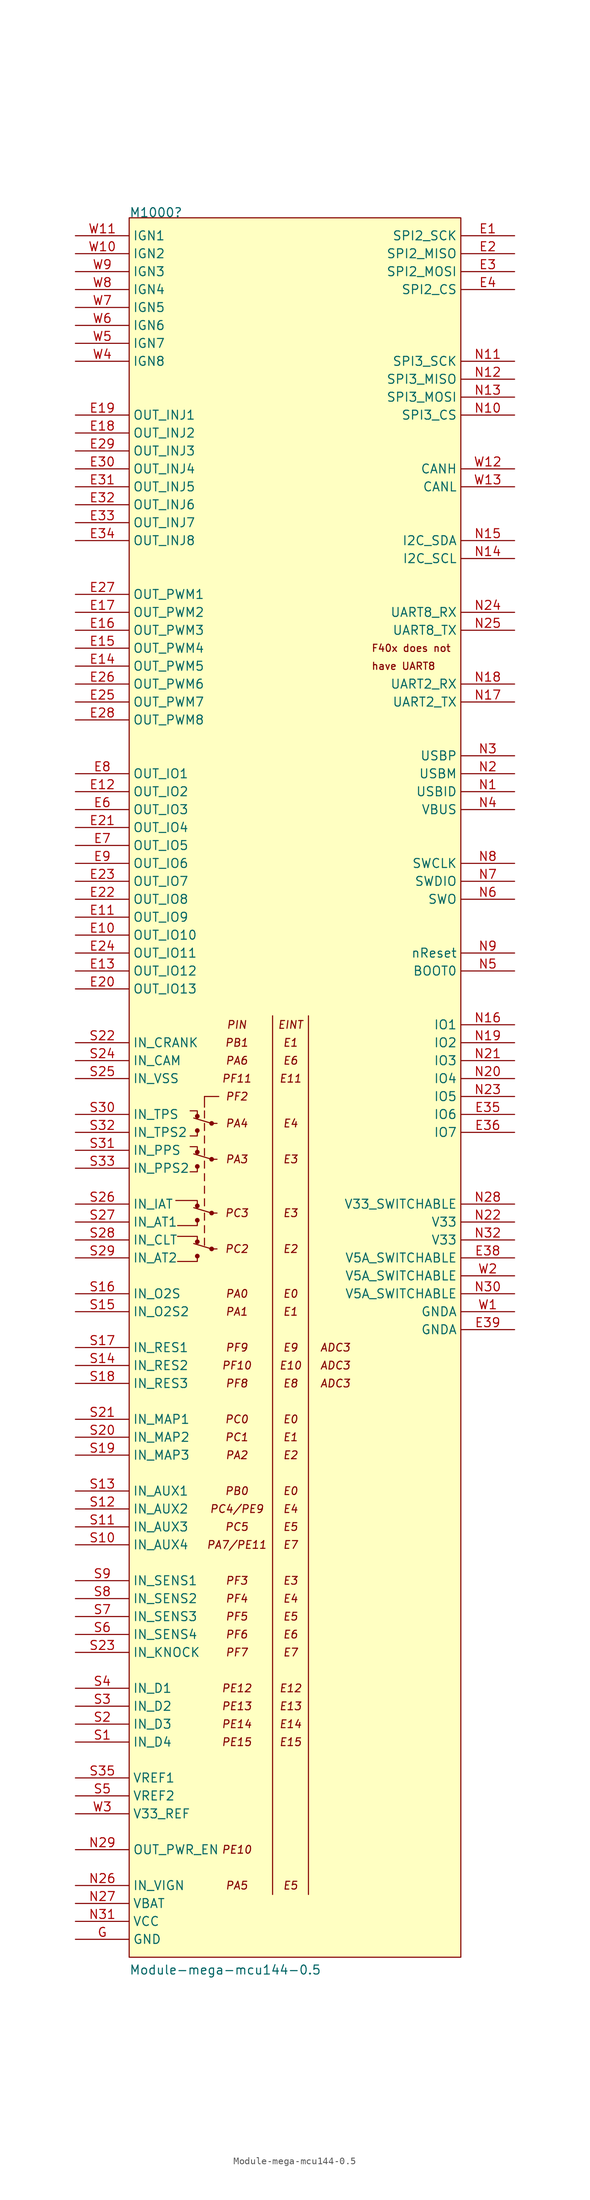
<source format=kicad_sym>
(kicad_symbol_lib
  (version 20211014)
  (generator kicad_symbol_editor)
  (symbol "Module-mega-mcu144-0.5"
    (property "Reference" "M1000"
      (at 7.62 2.54 0)
      (effects (font (size 1.27 1.27)) (justify left bottom)))
    (property "Value" "Module-mega-mcu144-0.5"
      (at 7.62 -246.38 0)
      (effects (font (size 1.27 1.27)) (justify left bottom)))
    (symbol "Module-mega-mcu144-0.5_0_1"
      (polyline (pts (xy 16.764 -142.748) (xy 19.304 -143.51)) (stroke (width 0) (type default) (color 0 0 0 0)) (fill (type none)))
      (polyline (pts (xy 16.764 -137.668) (xy 19.304 -138.43)) (stroke (width 0) (type default) (color 0 0 0 0)) (fill (type none)))
      (polyline (pts (xy 16.764 -130.048) (xy 19.304 -130.81)) (stroke (width 0) (type default) (color 0 0 0 0)) (fill (type none)))
      (polyline (pts (xy 16.764 -124.968) (xy 19.304 -125.73)) (stroke (width 0) (type default) (color 0 0 0 0)) (fill (type none)))
      (polyline (pts (xy 18.288 -143.002) (xy 18.288 -141.986)) (stroke (width 0) (type default) (color 0 0 0 0)) (fill (type none)))
      (polyline (pts (xy 18.288 -141.224) (xy 18.288 -140.208)) (stroke (width 0) (type default) (color 0 0 0 0)) (fill (type none)))
      (polyline (pts (xy 18.288 -139.446) (xy 18.288 -138.43)) (stroke (width 0) (type default) (color 0 0 0 0)) (fill (type none)))
      (polyline (pts (xy 18.288 -137.414) (xy 18.288 -136.398)) (stroke (width 0) (type default) (color 0 0 0 0)) (fill (type none)))
      (polyline (pts (xy 18.288 -135.636) (xy 18.288 -134.62)) (stroke (width 0) (type default) (color 0 0 0 0)) (fill (type none)))
      (polyline (pts (xy 18.288 -133.858) (xy 18.288 -132.842)) (stroke (width 0) (type default) (color 0 0 0 0)) (fill (type none)))
      (polyline (pts (xy 18.288 -132.08) (xy 18.288 -131.064)) (stroke (width 0) (type default) (color 0 0 0 0)) (fill (type none)))
      (polyline (pts (xy 18.288 -130.302) (xy 18.288 -129.286)) (stroke (width 0) (type default) (color 0 0 0 0)) (fill (type none)))
      (polyline (pts (xy 18.288 -128.524) (xy 18.288 -127.508)) (stroke (width 0) (type default) (color 0 0 0 0)) (fill (type none)))
      (polyline (pts (xy 18.288 -126.746) (xy 18.288 -125.73)) (stroke (width 0) (type default) (color 0 0 0 0)) (fill (type none)))
      (polyline (pts (xy 18.288 -124.968) (xy 18.288 -123.952)) (stroke (width 0) (type default) (color 0 0 0 0)) (fill (type none)))
      (polyline (pts (xy 18.288 -123.444) (xy 18.288 -121.92)) (stroke (width 0) (type default) (color 0 0 0 0)) (fill (type none)))
      (polyline (pts (xy 18.288 -121.92) (xy 20.32 -121.92)) (stroke (width 0) (type default) (color 0 0 0 0)) (fill (type none)))
      (polyline (pts (xy 19.304 -143.51) (xy 20.066 -143.51)) (stroke (width 0) (type default) (color 0 0 0 0)) (fill (type none)))
      (polyline (pts (xy 19.304 -138.43) (xy 20.066 -138.43)) (stroke (width 0) (type default) (color 0 0 0 0)) (fill (type none)))
      (polyline (pts (xy 19.304 -130.81) (xy 20.066 -130.81)) (stroke (width 0) (type default) (color 0 0 0 0)) (fill (type none)))
      (polyline (pts (xy 19.304 -125.73) (xy 20.066 -125.73)) (stroke (width 0) (type default) (color 0 0 0 0)) (fill (type none)))
      (polyline (pts (xy 17.272 -144.526) (xy 17.272 -145.288) (xy 14.478 -145.288)) (stroke (width 0) (type default) (color 0 0 0 0)) (fill (type none)))
      (polyline (pts (xy 17.272 -142.494) (xy 17.272 -141.732) (xy 14.478 -141.732)) (stroke (width 0) (type default) (color 0 0 0 0)) (fill (type none)))
      (polyline (pts (xy 17.272 -139.446) (xy 17.272 -140.208) (xy 14.478 -140.208)) (stroke (width 0) (type default) (color 0 0 0 0)) (fill (type none)))
      (polyline (pts (xy 17.272 -137.414) (xy 17.272 -136.652) (xy 14.224 -136.652)) (stroke (width 0) (type default) (color 0 0 0 0)) (fill (type none)))
      (polyline (pts (xy 17.272 -131.826) (xy 17.272 -132.588) (xy 16.256 -132.588)) (stroke (width 0) (type default) (color 0 0 0 0)) (fill (type none)))
      (polyline (pts (xy 17.272 -129.794) (xy 17.272 -129.032) (xy 16.256 -129.032)) (stroke (width 0) (type default) (color 0 0 0 0)) (fill (type none)))
      (polyline (pts (xy 17.272 -126.746) (xy 17.272 -127.508) (xy 16.256 -127.508)) (stroke (width 0) (type default) (color 0 0 0 0)) (fill (type none)))
      (polyline (pts (xy 17.272 -124.714) (xy 17.272 -123.952) (xy 16.256 -123.952)) (stroke (width 0) (type default) (color 0 0 0 0)) (fill (type none)))
      (circle (center 17.272 -144.526) (radius 0.254) (stroke (width 0) (type default) (color 0 0 0 0)) (fill (type outline)))
      (circle (center 17.272 -142.494) (radius 0.254) (stroke (width 0) (type default) (color 0 0 0 0)) (fill (type outline)))
      (circle (center 17.272 -139.446) (radius 0.254) (stroke (width 0) (type default) (color 0 0 0 0)) (fill (type outline)))
      (circle (center 17.272 -137.414) (radius 0.254) (stroke (width 0) (type default) (color 0 0 0 0)) (fill (type outline)))
      (circle (center 17.272 -131.826) (radius 0.254) (stroke (width 0) (type default) (color 0 0 0 0)) (fill (type outline)))
      (circle (center 17.272 -129.794) (radius 0.254) (stroke (width 0) (type default) (color 0 0 0 0)) (fill (type outline)))
      (circle (center 17.272 -126.746) (radius 0.254) (stroke (width 0) (type default) (color 0 0 0 0)) (fill (type outline)))
      (circle (center 17.272 -124.714) (radius 0.254) (stroke (width 0) (type default) (color 0 0 0 0)) (fill (type outline)))
      (circle (center 19.304 -143.51) (radius 0.254) (stroke (width 0) (type default) (color 0 0 0 0)) (fill (type outline)))
      (circle (center 19.304 -138.43) (radius 0.254) (stroke (width 0) (type default) (color 0 0 0 0)) (fill (type outline)))
      (circle (center 19.304 -130.81) (radius 0.254) (stroke (width 0) (type default) (color 0 0 0 0)) (fill (type outline)))
      (circle (center 19.304 -125.73) (radius 0.254) (stroke (width 0) (type default) (color 0 0 0 0)) (fill (type outline))))
    (symbol "Module-mega-mcu144-0.5_1_0"
      (polyline (pts (xy 27.94 -110.49) (xy 27.94 -234.95)) (stroke (width 0) (type default) (color 0 0 0 0)) (fill (type none)))
      (polyline (pts (xy 33.02 -110.49) (xy 33.02 -234.95)) (stroke (width 0) (type default) (color 0 0 0 0)) (fill (type none)))
      (rectangle (start 7.62 2.54) (end 54.61 -243.84) (stroke (width 0) (type default) (color 0 0 0 0)) (fill (type background)))
      (text "ADC3" (at 36.83 -162.56 0) (effects (font (size 1.1 1.1) italic)))
      (text "ADC3" (at 36.83 -160.02 0) (effects (font (size 1.1 1.1) italic)))
      (text "ADC3" (at 36.83 -157.48 0) (effects (font (size 1.1 1.1) italic)))
      (text "E0" (at 30.48 -177.8 0) (effects (font (size 1.1 1.1) italic)))
      (text "E0" (at 30.48 -167.64 0) (effects (font (size 1.1 1.1) italic)))
      (text "E0" (at 30.48 -149.86 0) (effects (font (size 1.1 1.1) italic)))
      (text "E1" (at 30.48 -170.18 0) (effects (font (size 1.1 1.1) italic)))
      (text "E1" (at 30.48 -152.4 0) (effects (font (size 1.1 1.1) italic)))
      (text "E1" (at 30.48 -114.3 0) (effects (font (size 1.1 1.1) italic)))
      (text "E10" (at 30.48 -160.02 0) (effects (font (size 1.1 1.1) italic)))
      (text "E11" (at 30.48 -119.38 0) (effects (font (size 1.1 1.1) italic)))
      (text "E12" (at 30.48 -205.74 0) (effects (font (size 1.1 1.1) italic)))
      (text "E13" (at 30.48 -208.28 0) (effects (font (size 1.1 1.1) italic)))
      (text "E14" (at 30.48 -210.82 0) (effects (font (size 1.1 1.1) italic)))
      (text "E15" (at 30.48 -213.36 0) (effects (font (size 1.1 1.1) italic)))
      (text "E2" (at 30.48 -172.72 0) (effects (font (size 1.1 1.1) italic)))
      (text "E2" (at 30.48 -143.51 0) (effects (font (size 1.1 1.1) italic)))
      (text "E3" (at 30.48 -190.5 0) (effects (font (size 1.1 1.1) italic)))
      (text "E3" (at 30.48 -138.43 0) (effects (font (size 1.1 1.1) italic)))
      (text "E3" (at 30.48 -130.81 0) (effects (font (size 1.1 1.1) italic)))
      (text "E4" (at 30.48 -193.04 0) (effects (font (size 1.1 1.1) italic)))
      (text "E4" (at 30.48 -180.34 0) (effects (font (size 1.1 1.1) italic)))
      (text "E4" (at 30.48 -125.73 0) (effects (font (size 1.1 1.1) italic)))
      (text "E5" (at 30.48 -233.68 0) (effects (font (size 1.1 1.1) italic)))
      (text "E5" (at 30.48 -195.58 0) (effects (font (size 1.1 1.1) italic)))
      (text "E5" (at 30.48 -182.88 0) (effects (font (size 1.1 1.1) italic)))
      (text "E6" (at 30.48 -198.12 0) (effects (font (size 1.1 1.1) italic)))
      (text "E6" (at 30.48 -116.84 0) (effects (font (size 1.1 1.1) italic)))
      (text "E7" (at 30.48 -200.66 0) (effects (font (size 1.1 1.1) italic)))
      (text "E7" (at 30.48 -185.42 0) (effects (font (size 1.1 1.1) italic)))
      (text "E8" (at 30.48 -162.56 0) (effects (font (size 1.1 1.1) italic)))
      (text "E9" (at 30.48 -157.48 0) (effects (font (size 1.1 1.1) italic)))
      (text "EINT" (at 30.48 -111.76 0) (effects (font (size 1.1 1.1) italic)))
      (text "F40x does not" (at 41.91 -58.42 0) (effects (font (size 1.016 1.016)) (justify left)))
      (text "have UART8" (at 41.91 -60.96 0) (effects (font (size 1.016 1.016)) (justify left)))
      (text "PA0" (at 22.86 -149.86 0) (effects (font (size 1.1 1.1) italic)))
      (text "PA1" (at 22.86 -152.4 0) (effects (font (size 1.1 1.1) italic)))
      (text "PA2" (at 22.86 -172.72 0) (effects (font (size 1.1 1.1) italic)))
      (text "PA3" (at 22.86 -130.81 0) (effects (font (size 1.1 1.1) italic)))
      (text "PA4" (at 22.86 -125.73 0) (effects (font (size 1.1 1.1) italic)))
      (text "PA5" (at 22.86 -233.68 0) (effects (font (size 1.1 1.1) italic)))
      (text "PA6" (at 22.86 -116.84 0) (effects (font (size 1.1 1.1) italic)))
      (text "PA7/PE11" (at 22.86 -185.42 0) (effects (font (size 1.1 1.1) italic)))
      (text "PB0" (at 22.86 -177.8 0) (effects (font (size 1.1 1.1) italic)))
      (text "PB1" (at 22.86 -114.3 0) (effects (font (size 1.1 1.1) italic)))
      (text "PC0" (at 22.86 -167.64 0) (effects (font (size 1.1 1.1) italic)))
      (text "PC1" (at 22.86 -170.18 0) (effects (font (size 1.1 1.1) italic)))
      (text "PC2" (at 22.86 -143.51 0) (effects (font (size 1.1 1.1) italic)))
      (text "PC3" (at 22.86 -138.43 0) (effects (font (size 1.1 1.1) italic)))
      (text "PC4/PE9" (at 22.86 -180.34 0) (effects (font (size 1.1 1.1) italic)))
      (text "PC5" (at 22.86 -182.88 0) (effects (font (size 1.1 1.1) italic)))
      (text "PE10" (at 22.86 -228.6 0) (effects (font (size 1.1 1.1) italic)))
      (text "PE12" (at 22.86 -205.74 0) (effects (font (size 1.1 1.1) italic)))
      (text "PE13" (at 22.86 -208.28 0) (effects (font (size 1.1 1.1) italic)))
      (text "PE14" (at 22.86 -210.82 0) (effects (font (size 1.1 1.1) italic)))
      (text "PE15" (at 22.86 -213.36 0) (effects (font (size 1.1 1.1) italic)))
      (text "PF10" (at 22.86 -160.02 0) (effects (font (size 1.1 1.1) italic)))
      (text "PF11" (at 22.86 -119.38 0) (effects (font (size 1.1 1.1) italic)))
      (text "PF2" (at 22.86 -121.92 0) (effects (font (size 1.1 1.1) italic)))
      (text "PF3" (at 22.86 -190.5 0) (effects (font (size 1.1 1.1) italic)))
      (text "PF4" (at 22.86 -193.04 0) (effects (font (size 1.1 1.1) italic)))
      (text "PF5" (at 22.86 -195.58 0) (effects (font (size 1.1 1.1) italic)))
      (text "PF6" (at 22.86 -198.12 0) (effects (font (size 1.1 1.1) italic)))
      (text "PF7" (at 22.86 -200.66 0) (effects (font (size 1.1 1.1) italic)))
      (text "PF8" (at 22.86 -162.56 0) (effects (font (size 1.1 1.1) italic)))
      (text "PF9" (at 22.86 -157.48 0) (effects (font (size 1.1 1.1) italic)))
      (text "PIN" (at 22.86 -111.76 0) (effects (font (size 1.1 1.1) italic)))
      (pin passive line (at 62.23 0 180) (length 7.62) (name "SPI2_SCK" (effects (font (size 1.27 1.27)))) (number "E1" (effects (font (size 1.27 1.27)))))
      (pin passive line (at 0 -99.06 0) (length 7.62) (name "OUT_IO10" (effects (font (size 1.27 1.27)))) (number "E10" (effects (font (size 1.27 1.27)))))
      (pin passive line (at 0 -96.52 0) (length 7.62) (name "OUT_IO9" (effects (font (size 1.27 1.27)))) (number "E11" (effects (font (size 1.27 1.27)))))
      (pin passive line (at 0 -78.74 0) (length 7.62) (name "OUT_IO2" (effects (font (size 1.27 1.27)))) (number "E12" (effects (font (size 1.27 1.27)))))
      (pin passive line (at 0 -104.14 0) (length 7.62) (name "OUT_IO12" (effects (font (size 1.27 1.27)))) (number "E13" (effects (font (size 1.27 1.27)))))
      (pin passive line (at 0 -60.96 0) (length 7.62) (name "OUT_PWM5" (effects (font (size 1.27 1.27)))) (number "E14" (effects (font (size 1.27 1.27)))))
      (pin passive line (at 0 -58.42 0) (length 7.62) (name "OUT_PWM4" (effects (font (size 1.27 1.27)))) (number "E15" (effects (font (size 1.27 1.27)))))
      (pin passive line (at 0 -55.88 0) (length 7.62) (name "OUT_PWM3" (effects (font (size 1.27 1.27)))) (number "E16" (effects (font (size 1.27 1.27)))))
      (pin passive line (at 0 -53.34 0) (length 7.62) (name "OUT_PWM2" (effects (font (size 1.27 1.27)))) (number "E17" (effects (font (size 1.27 1.27)))))
      (pin passive line (at 0 -27.94 0) (length 7.62) (name "OUT_INJ2" (effects (font (size 1.27 1.27)))) (number "E18" (effects (font (size 1.27 1.27)))))
      (pin passive line (at 0 -25.4 0) (length 7.62) (name "OUT_INJ1" (effects (font (size 1.27 1.27)))) (number "E19" (effects (font (size 1.27 1.27)))))
      (pin passive line (at 62.23 -2.54 180) (length 7.62) (name "SPI2_MISO" (effects (font (size 1.27 1.27)))) (number "E2" (effects (font (size 1.27 1.27)))))
      (pin passive line (at 0 -106.68 0) (length 7.62) (name "OUT_IO13" (effects (font (size 1.27 1.27)))) (number "E20" (effects (font (size 1.27 1.27)))))
      (pin passive line (at 0 -83.82 0) (length 7.62) (name "OUT_IO4" (effects (font (size 1.27 1.27)))) (number "E21" (effects (font (size 1.27 1.27)))))
      (pin passive line (at 0 -93.98 0) (length 7.62) (name "OUT_IO8" (effects (font (size 1.27 1.27)))) (number "E22" (effects (font (size 1.27 1.27)))))
      (pin passive line (at 0 -91.44 0) (length 7.62) (name "OUT_IO7" (effects (font (size 1.27 1.27)))) (number "E23" (effects (font (size 1.27 1.27)))))
      (pin passive line (at 0 -101.6 0) (length 7.62) (name "OUT_IO11" (effects (font (size 1.27 1.27)))) (number "E24" (effects (font (size 1.27 1.27)))))
      (pin passive line (at 0 -66.04 0) (length 7.62) (name "OUT_PWM7" (effects (font (size 1.27 1.27)))) (number "E25" (effects (font (size 1.27 1.27)))))
      (pin passive line (at 0 -63.5 0) (length 7.62) (name "OUT_PWM6" (effects (font (size 1.27 1.27)))) (number "E26" (effects (font (size 1.27 1.27)))))
      (pin passive line (at 0 -50.8 0) (length 7.62) (name "OUT_PWM1" (effects (font (size 1.27 1.27)))) (number "E27" (effects (font (size 1.27 1.27)))))
      (pin passive line (at 0 -68.58 0) (length 7.62) (name "OUT_PWM8" (effects (font (size 1.27 1.27)))) (number "E28" (effects (font (size 1.27 1.27)))))
      (pin passive line (at 0 -30.48 0) (length 7.62) (name "OUT_INJ3" (effects (font (size 1.27 1.27)))) (number "E29" (effects (font (size 1.27 1.27)))))
      (pin passive line (at 62.23 -5.08 180) (length 7.62) (name "SPI2_MOSI" (effects (font (size 1.27 1.27)))) (number "E3" (effects (font (size 1.27 1.27)))))
      (pin passive line (at 0 -33.02 0) (length 7.62) (name "OUT_INJ4" (effects (font (size 1.27 1.27)))) (number "E30" (effects (font (size 1.27 1.27)))))
      (pin passive line (at 0 -35.56 0) (length 7.62) (name "OUT_INJ5" (effects (font (size 1.27 1.27)))) (number "E31" (effects (font (size 1.27 1.27)))))
      (pin passive line (at 0 -38.1 0) (length 7.62) (name "OUT_INJ6" (effects (font (size 1.27 1.27)))) (number "E32" (effects (font (size 1.27 1.27)))))
      (pin passive line (at 0 -40.64 0) (length 7.62) (name "OUT_INJ7" (effects (font (size 1.27 1.27)))) (number "E33" (effects (font (size 1.27 1.27)))))
      (pin passive line (at 0 -43.18 0) (length 7.62) (name "OUT_INJ8" (effects (font (size 1.27 1.27)))) (number "E34" (effects (font (size 1.27 1.27)))))
      (pin passive line (at 62.23 -124.46 180) (length 7.62) (name "IO6" (effects (font (size 1.27 1.27)))) (number "E35" (effects (font (size 1.27 1.27)))))
      (pin passive line (at 62.23 -127 180) (length 7.62) (name "IO7" (effects (font (size 1.27 1.27)))) (number "E36" (effects (font (size 1.27 1.27)))))
      (pin passive line (at 62.23 -144.78 180) (length 7.62) (name "V5A_SWITCHABLE" (effects (font (size 1.27 1.27)))) (number "E38" (effects (font (size 1.27 1.27)))))
      (pin passive line (at 62.23 -154.94 180) (length 7.62) (name "GNDA" (effects (font (size 1.27 1.27)))) (number "E39" (effects (font (size 1.27 1.27)))))
      (pin passive line (at 62.23 -7.62 180) (length 7.62) (name "SPI2_CS" (effects (font (size 1.27 1.27)))) (number "E4" (effects (font (size 1.27 1.27)))))
      (pin passive line (at 0 -81.28 0) (length 7.62) (name "OUT_IO3" (effects (font (size 1.27 1.27)))) (number "E6" (effects (font (size 1.27 1.27)))))
      (pin passive line (at 0 -86.36 0) (length 7.62) (name "OUT_IO5" (effects (font (size 1.27 1.27)))) (number "E7" (effects (font (size 1.27 1.27)))))
      (pin passive line (at 0 -76.2 0) (length 7.62) (name "OUT_IO1" (effects (font (size 1.27 1.27)))) (number "E8" (effects (font (size 1.27 1.27)))))
      (pin passive line (at 0 -88.9 0) (length 7.62) (name "OUT_IO6" (effects (font (size 1.27 1.27)))) (number "E9" (effects (font (size 1.27 1.27)))))
      (pin passive line (at 0 -241.3 0) (length 7.62) (name "GND" (effects (font (size 1.27 1.27)))) (number "G" (effects (font (size 1.27 1.27)))))
      (pin passive line (at 62.23 -78.74 180) (length 7.62) (name "USBID" (effects (font (size 1.27 1.27)))) (number "N1" (effects (font (size 1.27 1.27)))))
      (pin passive line (at 62.23 -25.4 180) (length 7.62) (name "SPI3_CS" (effects (font (size 1.27 1.27)))) (number "N10" (effects (font (size 1.27 1.27)))))
      (pin passive line (at 62.23 -17.78 180) (length 7.62) (name "SPI3_SCK" (effects (font (size 1.27 1.27)))) (number "N11" (effects (font (size 1.27 1.27)))))
      (pin passive line (at 62.23 -20.32 180) (length 7.62) (name "SPI3_MISO" (effects (font (size 1.27 1.27)))) (number "N12" (effects (font (size 1.27 1.27)))))
      (pin passive line (at 62.23 -22.86 180) (length 7.62) (name "SPI3_MOSI" (effects (font (size 1.27 1.27)))) (number "N13" (effects (font (size 1.27 1.27)))))
      (pin passive line (at 62.23 -45.72 180) (length 7.62) (name "I2C_SCL" (effects (font (size 1.27 1.27)))) (number "N14" (effects (font (size 1.27 1.27)))))
      (pin passive line (at 62.23 -43.18 180) (length 7.62) (name "I2C_SDA" (effects (font (size 1.27 1.27)))) (number "N15" (effects (font (size 1.27 1.27)))))
      (pin passive line (at 62.23 -111.76 180) (length 7.62) (name "IO1" (effects (font (size 1.27 1.27)))) (number "N16" (effects (font (size 1.27 1.27)))))
      (pin passive line (at 62.23 -66.04 180) (length 7.62) (name "UART2_TX" (effects (font (size 1.27 1.27)))) (number "N17" (effects (font (size 1.27 1.27)))))
      (pin passive line (at 62.23 -63.5 180) (length 7.62) (name "UART2_RX" (effects (font (size 1.27 1.27)))) (number "N18" (effects (font (size 1.27 1.27)))))
      (pin passive line (at 62.23 -114.3 180) (length 7.62) (name "IO2" (effects (font (size 1.27 1.27)))) (number "N19" (effects (font (size 1.27 1.27)))))
      (pin passive line (at 62.23 -76.2 180) (length 7.62) (name "USBM" (effects (font (size 1.27 1.27)))) (number "N2" (effects (font (size 1.27 1.27)))))
      (pin passive line (at 62.23 -119.38 180) (length 7.62) (name "IO4" (effects (font (size 1.27 1.27)))) (number "N20" (effects (font (size 1.27 1.27)))))
      (pin passive line (at 62.23 -116.84 180) (length 7.62) (name "IO3" (effects (font (size 1.27 1.27)))) (number "N21" (effects (font (size 1.27 1.27)))))
      (pin passive line (at 62.23 -139.7 180) (length 7.62) (name "V33" (effects (font (size 1.27 1.27)))) (number "N22" (effects (font (size 1.27 1.27)))))
      (pin passive line (at 62.23 -121.92 180) (length 7.62) (name "IO5" (effects (font (size 1.27 1.27)))) (number "N23" (effects (font (size 1.27 1.27)))))
      (pin passive line (at 62.23 -53.34 180) (length 7.62) (name "UART8_RX" (effects (font (size 1.27 1.27)))) (number "N24" (effects (font (size 1.27 1.27)))))
      (pin passive line (at 62.23 -55.88 180) (length 7.62) (name "UART8_TX" (effects (font (size 1.27 1.27)))) (number "N25" (effects (font (size 1.27 1.27)))))
      (pin passive line (at 0 -233.68 0) (length 7.62) (name "IN_VIGN" (effects (font (size 1.27 1.27)))) (number "N26" (effects (font (size 1.27 1.27)))))
      (pin passive line (at 0 -236.22 0) (length 7.62) (name "VBAT" (effects (font (size 1.27 1.27)))) (number "N27" (effects (font (size 1.27 1.27)))))
      (pin passive line (at 62.23 -137.16 180) (length 7.62) (name "V33_SWITCHABLE" (effects (font (size 1.27 1.27)))) (number "N28" (effects (font (size 1.27 1.27)))))
      (pin passive line (at 0 -228.6 0) (length 7.62) (name "OUT_PWR_EN" (effects (font (size 1.27 1.27)))) (number "N29" (effects (font (size 1.27 1.27)))))
      (pin passive line (at 62.23 -73.66 180) (length 7.62) (name "USBP" (effects (font (size 1.27 1.27)))) (number "N3" (effects (font (size 1.27 1.27)))))
      (pin passive line (at 62.23 -149.86 180) (length 7.62) (name "V5A_SWITCHABLE" (effects (font (size 1.27 1.27)))) (number "N30" (effects (font (size 1.27 1.27)))))
      (pin passive line (at 0 -238.76 0) (length 7.62) (name "VCC" (effects (font (size 1.27 1.27)))) (number "N31" (effects (font (size 1.27 1.27)))))
      (pin passive line (at 62.23 -142.24 180) (length 7.62) (name "V33" (effects (font (size 1.27 1.27)))) (number "N32" (effects (font (size 1.27 1.27)))))
      (pin passive line (at 62.23 -81.28 180) (length 7.62) (name "VBUS" (effects (font (size 1.27 1.27)))) (number "N4" (effects (font (size 1.27 1.27)))))
      (pin passive line (at 62.23 -104.14 180) (length 7.62) (name "BOOT0" (effects (font (size 1.27 1.27)))) (number "N5" (effects (font (size 1.27 1.27)))))
      (pin passive line (at 62.23 -93.98 180) (length 7.62) (name "SWO" (effects (font (size 1.27 1.27)))) (number "N6" (effects (font (size 1.27 1.27)))))
      (pin passive line (at 62.23 -91.44 180) (length 7.62) (name "SWDIO" (effects (font (size 1.27 1.27)))) (number "N7" (effects (font (size 1.27 1.27)))))
      (pin passive line (at 62.23 -88.9 180) (length 7.62) (name "SWCLK" (effects (font (size 1.27 1.27)))) (number "N8" (effects (font (size 1.27 1.27)))))
      (pin passive line (at 62.23 -101.6 180) (length 7.62) (name "nReset" (effects (font (size 1.27 1.27)))) (number "N9" (effects (font (size 1.27 1.27)))))
      (pin passive line (at 0 -213.36 0) (length 7.62) (name "IN_D4" (effects (font (size 1.27 1.27)))) (number "S1" (effects (font (size 1.27 1.27)))))
      (pin passive line (at 0 -185.42 0) (length 7.62) (name "IN_AUX4" (effects (font (size 1.27 1.27)))) (number "S10" (effects (font (size 1.27 1.27)))))
      (pin passive line (at 0 -182.88 0) (length 7.62) (name "IN_AUX3" (effects (font (size 1.27 1.27)))) (number "S11" (effects (font (size 1.27 1.27)))))
      (pin passive line (at 0 -180.34 0) (length 7.62) (name "IN_AUX2" (effects (font (size 1.27 1.27)))) (number "S12" (effects (font (size 1.27 1.27)))))
      (pin passive line (at 0 -177.8 0) (length 7.62) (name "IN_AUX1" (effects (font (size 1.27 1.27)))) (number "S13" (effects (font (size 1.27 1.27)))))
      (pin passive line (at 0 -160.02 0) (length 7.62) (name "IN_RES2" (effects (font (size 1.27 1.27)))) (number "S14" (effects (font (size 1.27 1.27)))))
      (pin passive line (at 0 -152.4 0) (length 7.62) (name "IN_O2S2" (effects (font (size 1.27 1.27)))) (number "S15" (effects (font (size 1.27 1.27)))))
      (pin passive line (at 0 -149.86 0) (length 7.62) (name "IN_O2S" (effects (font (size 1.27 1.27)))) (number "S16" (effects (font (size 1.27 1.27)))))
      (pin passive line (at 0 -157.48 0) (length 7.62) (name "IN_RES1" (effects (font (size 1.27 1.27)))) (number "S17" (effects (font (size 1.27 1.27)))))
      (pin passive line (at 0 -162.56 0) (length 7.62) (name "IN_RES3" (effects (font (size 1.27 1.27)))) (number "S18" (effects (font (size 1.27 1.27)))))
      (pin passive line (at 0 -172.72 0) (length 7.62) (name "IN_MAP3" (effects (font (size 1.27 1.27)))) (number "S19" (effects (font (size 1.27 1.27)))))
      (pin passive line (at 0 -210.82 0) (length 7.62) (name "IN_D3" (effects (font (size 1.27 1.27)))) (number "S2" (effects (font (size 1.27 1.27)))))
      (pin passive line (at 0 -170.18 0) (length 7.62) (name "IN_MAP2" (effects (font (size 1.27 1.27)))) (number "S20" (effects (font (size 1.27 1.27)))))
      (pin passive line (at 0 -167.64 0) (length 7.62) (name "IN_MAP1" (effects (font (size 1.27 1.27)))) (number "S21" (effects (font (size 1.27 1.27)))))
      (pin passive line (at 0 -114.3 0) (length 7.62) (name "IN_CRANK" (effects (font (size 1.27 1.27)))) (number "S22" (effects (font (size 1.27 1.27)))))
      (pin passive line (at 0 -200.66 0) (length 7.62) (name "IN_KNOCK" (effects (font (size 1.27 1.27)))) (number "S23" (effects (font (size 1.27 1.27)))))
      (pin passive line (at 0 -116.84 0) (length 7.62) (name "IN_CAM" (effects (font (size 1.27 1.27)))) (number "S24" (effects (font (size 1.27 1.27)))))
      (pin passive line (at 0 -119.38 0) (length 7.62) (name "IN_VSS" (effects (font (size 1.27 1.27)))) (number "S25" (effects (font (size 1.27 1.27)))))
      (pin passive line (at 0 -137.16 0) (length 7.62) (name "IN_IAT" (effects (font (size 1.27 1.27)))) (number "S26" (effects (font (size 1.27 1.27)))))
      (pin passive line (at 0 -139.7 0) (length 7.62) (name "IN_AT1" (effects (font (size 1.27 1.27)))) (number "S27" (effects (font (size 1.27 1.27)))))
      (pin passive line (at 0 -142.24 0) (length 7.62) (name "IN_CLT" (effects (font (size 1.27 1.27)))) (number "S28" (effects (font (size 1.27 1.27)))))
      (pin passive line (at 0 -144.78 0) (length 7.62) (name "IN_AT2" (effects (font (size 1.27 1.27)))) (number "S29" (effects (font (size 1.27 1.27)))))
      (pin passive line (at 0 -208.28 0) (length 7.62) (name "IN_D2" (effects (font (size 1.27 1.27)))) (number "S3" (effects (font (size 1.27 1.27)))))
      (pin passive line (at 0 -124.46 0) (length 7.62) (name "IN_TPS" (effects (font (size 1.27 1.27)))) (number "S30" (effects (font (size 1.27 1.27)))))
      (pin passive line (at 0 -129.54 0) (length 7.62) (name "IN_PPS" (effects (font (size 1.27 1.27)))) (number "S31" (effects (font (size 1.27 1.27)))))
      (pin passive line (at 0 -127 0) (length 7.62) (name "IN_TPS2" (effects (font (size 1.27 1.27)))) (number "S32" (effects (font (size 1.27 1.27)))))
      (pin passive line (at 0 -132.08 0) (length 7.62) (name "IN_PPS2" (effects (font (size 1.27 1.27)))) (number "S33" (effects (font (size 1.27 1.27)))))
      (pin passive line (at 0 -218.44 0) (length 7.62) (name "VREF1" (effects (font (size 1.27 1.27)))) (number "S35" (effects (font (size 1.27 1.27)))))
      (pin passive line (at 0 -205.74 0) (length 7.62) (name "IN_D1" (effects (font (size 1.27 1.27)))) (number "S4" (effects (font (size 1.27 1.27)))))
      (pin passive line (at 0 -220.98 0) (length 7.62) (name "VREF2" (effects (font (size 1.27 1.27)))) (number "S5" (effects (font (size 1.27 1.27)))))
      (pin passive line (at 0 -198.12 0) (length 7.62) (name "IN_SENS4" (effects (font (size 1.27 1.27)))) (number "S6" (effects (font (size 1.27 1.27)))))
      (pin passive line (at 0 -195.58 0) (length 7.62) (name "IN_SENS3" (effects (font (size 1.27 1.27)))) (number "S7" (effects (font (size 1.27 1.27)))))
      (pin passive line (at 0 -193.04 0) (length 7.62) (name "IN_SENS2" (effects (font (size 1.27 1.27)))) (number "S8" (effects (font (size 1.27 1.27)))))
      (pin passive line (at 0 -190.5 0) (length 7.62) (name "IN_SENS1" (effects (font (size 1.27 1.27)))) (number "S9" (effects (font (size 1.27 1.27)))))
      (pin passive line (at 62.23 -152.4 180) (length 7.62) (name "GNDA" (effects (font (size 1.27 1.27)))) (number "W1" (effects (font (size 1.27 1.27)))))
      (pin passive line (at 0 -2.54 0) (length 7.62) (name "IGN2" (effects (font (size 1.27 1.27)))) (number "W10" (effects (font (size 1.27 1.27)))))
      (pin passive line (at 0 0 0) (length 7.62) (name "IGN1" (effects (font (size 1.27 1.27)))) (number "W11" (effects (font (size 1.27 1.27)))))
      (pin passive line (at 62.23 -33.02 180) (length 7.62) (name "CANH" (effects (font (size 1.27 1.27)))) (number "W12" (effects (font (size 1.27 1.27)))))
      (pin passive line (at 62.23 -35.56 180) (length 7.62) (name "CANL" (effects (font (size 1.27 1.27)))) (number "W13" (effects (font (size 1.27 1.27)))))
      (pin passive line (at 62.23 -147.32 180) (length 7.62) (name "V5A_SWITCHABLE" (effects (font (size 1.27 1.27)))) (number "W2" (effects (font (size 1.27 1.27)))))
      (pin passive line (at 0 -223.52 0) (length 7.62) (name "V33_REF" (effects (font (size 1.27 1.27)))) (number "W3" (effects (font (size 1.27 1.27)))))
      (pin passive line (at 0 -17.78 0) (length 7.62) (name "IGN8" (effects (font (size 1.27 1.27)))) (number "W4" (effects (font (size 1.27 1.27)))))
      (pin passive line (at 0 -15.24 0) (length 7.62) (name "IGN7" (effects (font (size 1.27 1.27)))) (number "W5" (effects (font (size 1.27 1.27)))))
      (pin passive line (at 0 -12.7 0) (length 7.62) (name "IGN6" (effects (font (size 1.27 1.27)))) (number "W6" (effects (font (size 1.27 1.27)))))
      (pin passive line (at 0 -10.16 0) (length 7.62) (name "IGN5" (effects (font (size 1.27 1.27)))) (number "W7" (effects (font (size 1.27 1.27)))))
      (pin passive line (at 0 -7.62 0) (length 7.62) (name "IGN4" (effects (font (size 1.27 1.27)))) (number "W8" (effects (font (size 1.27 1.27)))))
      (pin passive line (at 0 -5.08 0) (length 7.62) (name "IGN3" (effects (font (size 1.27 1.27)))) (number "W9" (effects (font (size 1.27 1.27))))))))
</source>
